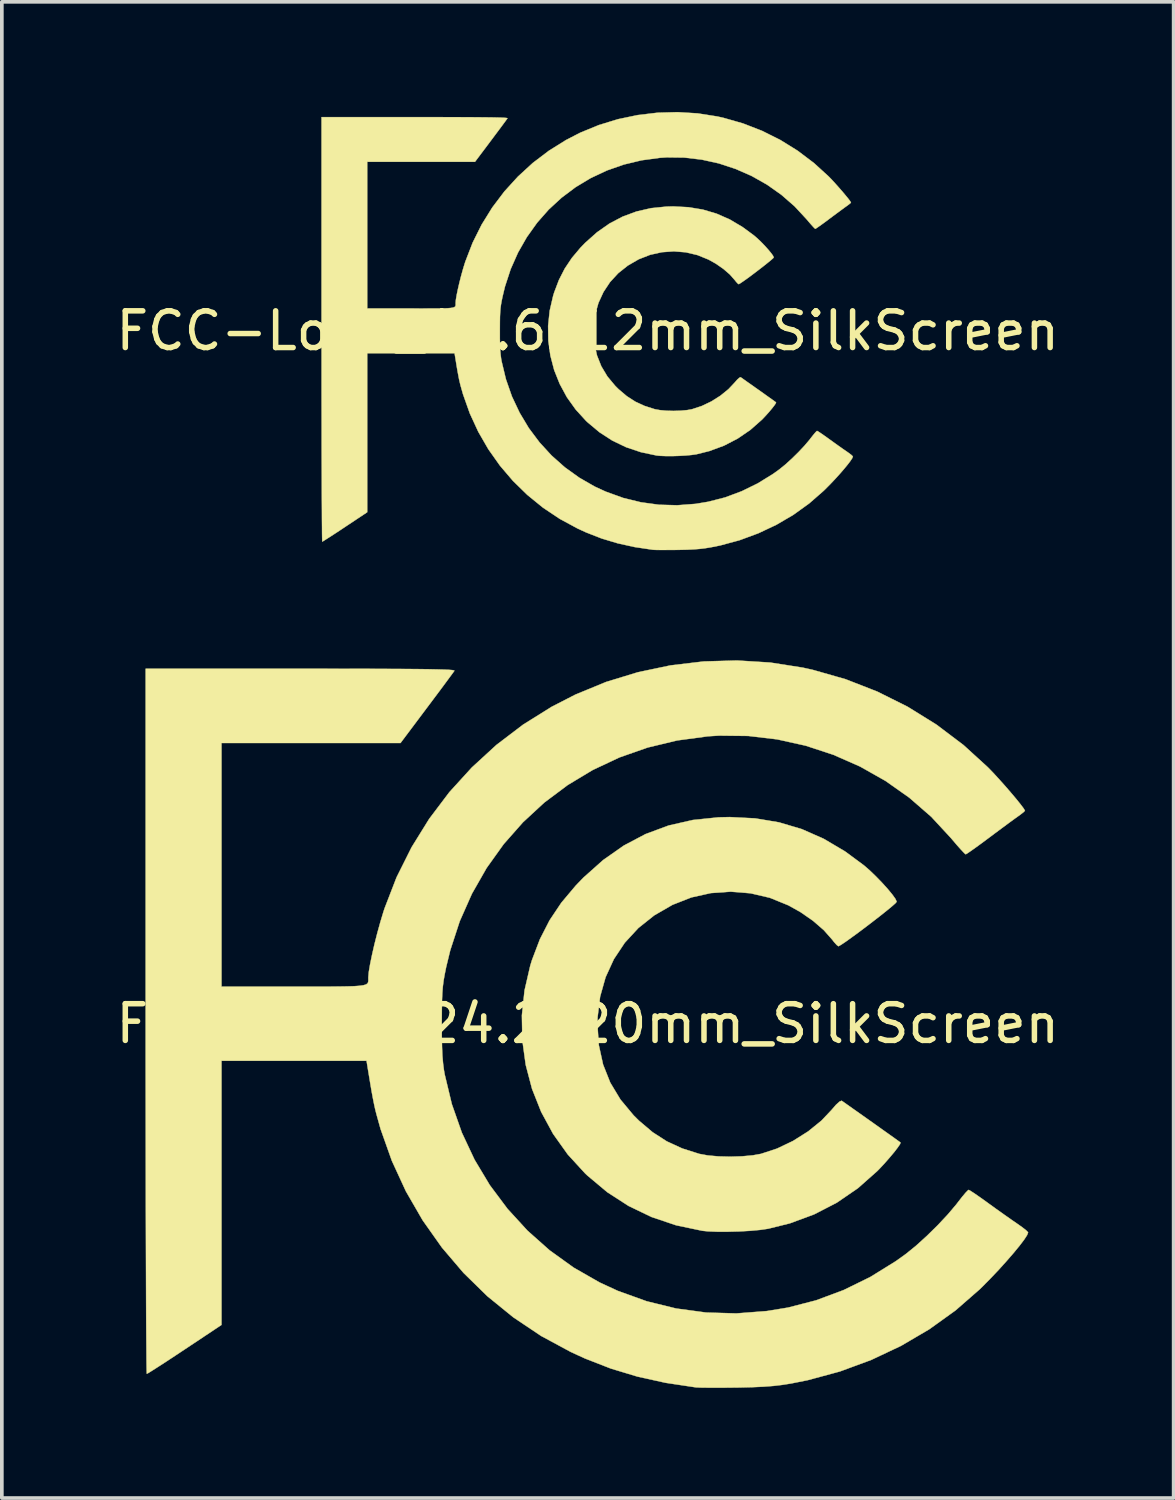
<source format=kicad_pcb>
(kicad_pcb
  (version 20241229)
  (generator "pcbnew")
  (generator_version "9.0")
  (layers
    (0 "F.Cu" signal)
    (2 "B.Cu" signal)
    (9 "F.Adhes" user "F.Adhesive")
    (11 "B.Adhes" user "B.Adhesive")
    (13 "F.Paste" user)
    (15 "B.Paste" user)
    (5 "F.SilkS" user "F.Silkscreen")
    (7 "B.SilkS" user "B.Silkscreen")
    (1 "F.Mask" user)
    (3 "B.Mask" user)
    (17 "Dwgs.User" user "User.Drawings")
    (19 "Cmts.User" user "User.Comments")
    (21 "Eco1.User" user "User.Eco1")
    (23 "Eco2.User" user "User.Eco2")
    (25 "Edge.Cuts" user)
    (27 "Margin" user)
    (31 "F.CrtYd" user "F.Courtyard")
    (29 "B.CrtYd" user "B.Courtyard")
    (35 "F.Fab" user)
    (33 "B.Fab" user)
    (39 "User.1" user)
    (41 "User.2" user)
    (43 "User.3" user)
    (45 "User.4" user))
  (footprint "FCC-Logo_24.2x20mm_SilkScreen"
    (layer "F.Cu")
    (at 12.958 24.833)
    (property "Reference" "FCC-Logo_24.2x20mm_SilkScreen" (at 0 0 0) (layer "F.SilkS") (effects (font (size 1 1) (thickness 0.15))))
    (attr exclude_from_pos_files exclude_from_bom allow_missing_courtyard)
    (fp_poly (pts (xy 4.559 -5.593) (xy 5.211 -5.484) (xy 5.831 -5.3) (xy 6.427 -5.037) (xy 7.01 -4.692) (xy 7.523 -4.313) (xy 7.68 -4.177) (xy 7.847 -4.016) (xy 8.013 -3.845) (xy 8.166 -3.676) (xy 8.292 -3.524) (xy 8.379 -3.403) (xy 8.415 -3.325) (xy 8.415 -3.321) (xy 8.382 -3.281) (xy 8.289 -3.199) (xy 8.15 -3.084) (xy 7.977 -2.946) (xy 7.781 -2.794) (xy 7.576 -2.637) (xy 7.374 -2.485) (xy 7.186 -2.348) (xy 7.026 -2.233) (xy 6.905 -2.152) (xy 6.836 -2.113) (xy 6.827 -2.11) (xy 6.782 -2.144) (xy 6.707 -2.227) (xy 6.658 -2.291) (xy 6.432 -2.547) (xy 6.138 -2.802) (xy 5.795 -3.04) (xy 5.466 -3.224) (xy 4.963 -3.429) (xy 4.436 -3.552) (xy 3.896 -3.596) (xy 3.355 -3.558) (xy 2.824 -3.44) (xy 2.314 -3.24) (xy 2.309 -3.238) (xy 1.812 -2.951) (xy 1.378 -2.605) (xy 1.01 -2.206) (xy 0.712 -1.758) (xy 0.487 -1.267) (xy 0.338 -0.739) (xy 0.269 -0.178) (xy 0.264 0.013) (xy 0.302 0.582) (xy 0.418 1.112) (xy 0.614 1.605) (xy 0.891 2.065) (xy 1.249 2.495) (xy 1.396 2.641) (xy 1.768 2.956) (xy 2.153 3.204) (xy 2.575 3.398) (xy 3.037 3.545) (xy 3.27 3.588) (xy 3.561 3.614) (xy 3.882 3.622) (xy 4.203 3.612) (xy 4.497 3.585) (xy 4.719 3.545) (xy 5.157 3.401) (xy 5.592 3.193) (xy 6.003 2.934) (xy 6.368 2.638) (xy 6.641 2.349) (xy 6.763 2.208) (xy 6.858 2.122) (xy 6.915 2.098) (xy 6.919 2.1) (xy 6.964 2.131) (xy 7.067 2.204) (xy 7.217 2.31) (xy 7.4 2.439) (xy 7.602 2.582) (xy 7.812 2.731) (xy 8.016 2.876) (xy 8.202 3.008) (xy 8.356 3.118) (xy 8.466 3.197) (xy 8.519 3.235) (xy 8.52 3.236) (xy 8.508 3.278) (xy 8.446 3.37) (xy 8.347 3.499) (xy 8.22 3.65) (xy 8.079 3.811) (xy 7.933 3.967) (xy 7.883 4.017) (xy 7.36 4.48) (xy 6.785 4.874) (xy 6.165 5.194) (xy 5.505 5.438) (xy 4.911 5.585) (xy 4.698 5.616) (xy 4.428 5.641) (xy 4.126 5.658) (xy 3.817 5.666) (xy 3.526 5.666) (xy 3.276 5.656) (xy 3.12 5.64) (xy 2.406 5.49) (xy 1.738 5.265) (xy 1.114 4.965) (xy 0.532 4.589) (xy -0.011 4.134) (xy -0.072 4.076) (xy -0.544 3.561) (xy -0.943 3.001) (xy -1.268 2.402) (xy -1.517 1.774) (xy -1.689 1.121) (xy -1.781 0.452) (xy -1.793 -0.226) (xy -1.721 -0.907) (xy -1.565 -1.582) (xy -1.518 -1.735) (xy -1.302 -2.302) (xy -1.039 -2.816) (xy -0.718 -3.296) (xy -0.327 -3.761) (xy -0.116 -3.98) (xy 0.42 -4.458) (xy 0.984 -4.853) (xy 1.577 -5.166) (xy 2.203 -5.398) (xy 2.864 -5.549) (xy 3.562 -5.621) (xy 3.867 -5.628) (xy 4.559 -5.593)) (stroke (width 0.01) (type solid)) (fill yes) (layer "F.SilkS"))
    (fp_poly (pts (xy 4.971 -9.837) (xy 5.86 -9.698) (xy 6.13 -9.638) (xy 7.023 -9.383) (xy 7.887 -9.046) (xy 8.714 -8.633) (xy 9.499 -8.146) (xy 10.235 -7.59) (xy 10.897 -6.986) (xy 11.038 -6.841) (xy 11.196 -6.669) (xy 11.361 -6.485) (xy 11.521 -6.3) (xy 11.667 -6.127) (xy 11.787 -5.978) (xy 11.871 -5.867) (xy 11.907 -5.806) (xy 11.908 -5.801) (xy 11.875 -5.766) (xy 11.79 -5.699) (xy 11.721 -5.649) (xy 11.623 -5.579) (xy 11.471 -5.468) (xy 11.282 -5.328) (xy 11.072 -5.172) (xy 10.932 -5.067) (xy 10.733 -4.919) (xy 10.557 -4.791) (xy 10.417 -4.692) (xy 10.325 -4.63) (xy 10.295 -4.614) (xy 10.256 -4.646) (xy 10.173 -4.734) (xy 10.057 -4.864) (xy 9.921 -5.024) (xy 9.894 -5.056) (xy 9.357 -5.636) (xy 8.759 -6.156) (xy 8.111 -6.613) (xy 7.419 -7.004) (xy 6.69 -7.325) (xy 5.935 -7.573) (xy 5.159 -7.745) (xy 4.371 -7.838) (xy 3.58 -7.847) (xy 3.271 -7.828) (xy 2.435 -7.715) (xy 1.632 -7.522) (xy 0.864 -7.253) (xy 0.137 -6.911) (xy -0.546 -6.5) (xy -1.181 -6.025) (xy -1.763 -5.487) (xy -2.289 -4.891) (xy -2.754 -4.241) (xy -3.154 -3.54) (xy -3.486 -2.791) (xy -3.745 -1.998) (xy -3.856 -1.541) (xy -3.895 -1.347) (xy -3.925 -1.178) (xy -3.946 -1.015) (xy -3.96 -0.839) (xy -3.969 -0.633) (xy -3.973 -0.377) (xy -3.975 -0.053) (xy -3.975 -0.022) (xy -3.974 0.342) (xy -3.968 0.636) (xy -3.958 0.876) (xy -3.94 1.08) (xy -3.916 1.265) (xy -3.895 1.384) (xy -3.701 2.191) (xy -3.429 2.966) (xy -3.083 3.703) (xy -2.667 4.397) (xy -2.184 5.043) (xy -1.64 5.637) (xy -1.038 6.172) (xy -0.382 6.644) (xy 0.324 7.048) (xy 0.82 7.277) (xy 1.606 7.56) (xy 2.408 7.757) (xy 3.223 7.867) (xy 4.047 7.891) (xy 4.877 7.827) (xy 5.456 7.732) (xy 6.219 7.535) (xy 6.97 7.255) (xy 7.698 6.898) (xy 8.392 6.468) (xy 8.672 6.267) (xy 8.944 6.046) (xy 9.239 5.778) (xy 9.535 5.487) (xy 9.809 5.194) (xy 10.039 4.922) (xy 10.087 4.859) (xy 10.199 4.715) (xy 10.294 4.602) (xy 10.358 4.537) (xy 10.375 4.526) (xy 10.422 4.551) (xy 10.526 4.618) (xy 10.673 4.72) (xy 10.849 4.845) (xy 10.909 4.889) (xy 11.122 5.043) (xy 11.34 5.198) (xy 11.539 5.338) (xy 11.693 5.444) (xy 11.7 5.449) (xy 11.837 5.546) (xy 11.941 5.628) (xy 11.993 5.68) (xy 11.995 5.687) (xy 11.967 5.759) (xy 11.886 5.884) (xy 11.759 6.051) (xy 11.596 6.249) (xy 11.405 6.469) (xy 11.196 6.701) (xy 10.975 6.934) (xy 10.753 7.159) (xy 10.673 7.237) (xy 10.017 7.81) (xy 9.301 8.324) (xy 8.532 8.775) (xy 7.719 9.159) (xy 6.869 9.472) (xy 5.989 9.71) (xy 5.537 9.8) (xy 5.298 9.838) (xy 5.059 9.866) (xy 4.798 9.886) (xy 4.495 9.9) (xy 4.13 9.909) (xy 4.043 9.91) (xy 3.753 9.913) (xy 3.485 9.914) (xy 3.253 9.913) (xy 3.074 9.911) (xy 2.962 9.906) (xy 2.944 9.905) (xy 2.121 9.781) (xy 1.356 9.612) (xy 0.631 9.393) (xy -0.075 9.118) (xy -0.461 8.941) (xy -1.269 8.505) (xy -2.027 7.997) (xy -2.733 7.423) (xy -3.382 6.788) (xy -3.971 6.097) (xy -4.496 5.354) (xy -4.952 4.565) (xy -5.335 3.734) (xy -5.643 2.866) (xy -5.756 2.461) (xy -5.789 2.33) (xy -5.819 2.193) (xy -5.85 2.037) (xy -5.886 1.845) (xy -5.927 1.602) (xy -5.978 1.294) (xy -6.001 1.154) (xy -6.024 1.011) (xy -9.975 1.011) (xy -9.975 8.204) (xy -10.976 8.87) (xy -11.24 9.045) (xy -11.48 9.203) (xy -11.687 9.337) (xy -11.85 9.441) (xy -11.96 9.51) (xy -12.008 9.536) (xy -12.009 9.536) (xy -12.012 9.493) (xy -12.015 9.366) (xy -12.018 9.158) (xy -12.02 8.875) (xy -12.023 8.52) (xy -12.026 8.097) (xy -12.028 7.61) (xy -12.03 7.063) (xy -12.032 6.46) (xy -12.034 5.805) (xy -12.036 5.102) (xy -12.037 4.354) (xy -12.038 3.567) (xy -12.039 2.743) (xy -12.04 1.887) (xy -12.041 1.003) (xy -12.041 0.095) (xy -12.041 -0.066) (xy -12.041 -9.668) (xy -7.82 -9.668) (xy -7.092 -9.668) (xy -6.449 -9.667) (xy -5.884 -9.666) (xy -5.395 -9.664) (xy -4.975 -9.662) (xy -4.622 -9.659) (xy -4.331 -9.655) (xy -4.096 -9.65) (xy -3.915 -9.645) (xy -3.782 -9.639) (xy -3.693 -9.632) (xy -3.644 -9.623) (xy -3.631 -9.614) (xy -3.631 -9.613) (xy -3.666 -9.564) (xy -3.746 -9.455) (xy -3.864 -9.295) (xy -4.013 -9.094) (xy -4.187 -8.862) (xy -4.377 -8.608) (xy -4.382 -8.602) (xy -5.099 -7.646) (xy -9.975 -7.646) (xy -9.975 -1.011) (xy -8.003 -1.011) (xy -7.528 -1.011) (xy -7.133 -1.011) (xy -6.811 -1.012) (xy -6.555 -1.016) (xy -6.357 -1.022) (xy -6.21 -1.033) (xy -6.106 -1.048) (xy -6.038 -1.069) (xy -5.999 -1.097) (xy -5.98 -1.133) (xy -5.975 -1.177) (xy -5.976 -1.231) (xy -5.976 -1.261) (xy -5.964 -1.404) (xy -5.929 -1.612) (xy -5.876 -1.87) (xy -5.81 -2.159) (xy -5.733 -2.463) (xy -5.65 -2.763) (xy -5.566 -3.042) (xy -5.536 -3.135) (xy -5.206 -3.989) (xy -4.798 -4.805) (xy -4.318 -5.579) (xy -3.77 -6.305) (xy -3.157 -6.978) (xy -2.486 -7.594) (xy -1.759 -8.147) (xy -0.982 -8.632) (xy -0.336 -8.964) (xy 0.499 -9.308) (xy 1.367 -9.573) (xy 2.257 -9.76) (xy 3.16 -9.867) (xy 4.068 -9.893) (xy 4.971 -9.837)) (stroke (width 0.01) (type solid)) (fill yes) (layer "F.SilkS")))
  (footprint "FCC-Logo_14.6x12mm_SilkScreen"
    (layer "F.Cu")
    (at 12.958 5.961)
    (property "Reference" "FCC-Logo_14.6x12mm_SilkScreen" (at 0 0 0) (layer "F.SilkS") (effects (font (size 1 1) (thickness 0.15))))
    (attr exclude_from_pos_files exclude_from_bom allow_missing_courtyard)
    (fp_poly (pts (xy 2.745 -3.367) (xy 3.137 -3.302) (xy 3.511 -3.191) (xy 3.87 -3.033) (xy 4.22 -2.825) (xy 4.529 -2.597) (xy 4.624 -2.515) (xy 4.725 -2.418) (xy 4.825 -2.315) (xy 4.916 -2.213) (xy 4.992 -2.122) (xy 5.045 -2.049) (xy 5.067 -2.002) (xy 5.067 -1.999) (xy 5.047 -1.975) (xy 4.991 -1.926) (xy 4.907 -1.857) (xy 4.803 -1.774) (xy 4.685 -1.682) (xy 4.562 -1.588) (xy 4.44 -1.496) (xy 4.327 -1.413) (xy 4.23 -1.345) (xy 4.157 -1.296) (xy 4.116 -1.272) (xy 4.111 -1.271) (xy 4.083 -1.291) (xy 4.038 -1.341) (xy 4.008 -1.379) (xy 3.872 -1.534) (xy 3.695 -1.687) (xy 3.489 -1.83) (xy 3.291 -1.941) (xy 2.988 -2.064) (xy 2.671 -2.139) (xy 2.346 -2.165) (xy 2.02 -2.142) (xy 1.7 -2.071) (xy 1.393 -1.951) (xy 1.39 -1.95) (xy 1.091 -1.777) (xy 0.83 -1.569) (xy 0.608 -1.328) (xy 0.429 -1.058) (xy 0.293 -0.763) (xy 0.203 -0.445) (xy 0.162 -0.107) (xy 0.159 0.008) (xy 0.182 0.351) (xy 0.252 0.669) (xy 0.37 0.966) (xy 0.536 1.243) (xy 0.752 1.502) (xy 0.841 1.59) (xy 1.064 1.779) (xy 1.296 1.929) (xy 1.55 2.046) (xy 1.829 2.135) (xy 1.969 2.16) (xy 2.144 2.176) (xy 2.337 2.181) (xy 2.531 2.175) (xy 2.708 2.159) (xy 2.841 2.135) (xy 3.105 2.048) (xy 3.367 1.923) (xy 3.614 1.767) (xy 3.834 1.588) (xy 3.998 1.414) (xy 4.072 1.33) (xy 4.129 1.278) (xy 4.164 1.263) (xy 4.166 1.264) (xy 4.193 1.283) (xy 4.255 1.327) (xy 4.345 1.391) (xy 4.455 1.468) (xy 4.577 1.555) (xy 4.704 1.644) (xy 4.827 1.732) (xy 4.938 1.811) (xy 5.031 1.877) (xy 5.097 1.925) (xy 5.129 1.948) (xy 5.13 1.949) (xy 5.122 1.974) (xy 5.085 2.029) (xy 5.025 2.107) (xy 4.949 2.198) (xy 4.864 2.294) (xy 4.776 2.388) (xy 4.746 2.419) (xy 4.431 2.697) (xy 4.085 2.934) (xy 3.712 3.127) (xy 3.314 3.274) (xy 2.957 3.363) (xy 2.828 3.381) (xy 2.666 3.396) (xy 2.484 3.406) (xy 2.298 3.412) (xy 2.123 3.411) (xy 1.973 3.405) (xy 1.879 3.396) (xy 1.449 3.305) (xy 1.046 3.17) (xy 0.671 2.99) (xy 0.32 2.763) (xy -0.007 2.489) (xy -0.044 2.454) (xy -0.327 2.144) (xy -0.568 1.807) (xy -0.763 1.446) (xy -0.914 1.068) (xy -1.017 0.675) (xy -1.073 0.272) (xy -1.079 -0.136) (xy -1.036 -0.546) (xy -0.942 -0.953) (xy -0.914 -1.044) (xy -0.784 -1.386) (xy -0.626 -1.695) (xy -0.432 -1.985) (xy -0.197 -2.265) (xy -0.07 -2.396) (xy 0.253 -2.684) (xy 0.592 -2.922) (xy 0.95 -3.11) (xy 1.327 -3.25) (xy 1.724 -3.341) (xy 2.145 -3.384) (xy 2.328 -3.389) (xy 2.745 -3.367)) (stroke (width 0.01) (type solid)) (fill yes) (layer "F.SilkS"))
    (fp_poly (pts (xy 2.993 -5.923) (xy 3.528 -5.839) (xy 3.691 -5.803) (xy 4.229 -5.649) (xy 4.749 -5.447) (xy 5.247 -5.198) (xy 5.719 -4.905) (xy 6.162 -4.57) (xy 6.561 -4.206) (xy 6.646 -4.119) (xy 6.741 -4.015) (xy 6.84 -3.904) (xy 6.937 -3.793) (xy 7.024 -3.689) (xy 7.097 -3.6) (xy 7.147 -3.533) (xy 7.169 -3.496) (xy 7.17 -3.493) (xy 7.149 -3.471) (xy 7.098 -3.431) (xy 7.057 -3.401) (xy 6.998 -3.359) (xy 6.907 -3.292) (xy 6.793 -3.208) (xy 6.666 -3.114) (xy 6.582 -3.051) (xy 6.462 -2.961) (xy 6.356 -2.884) (xy 6.272 -2.825) (xy 6.217 -2.788) (xy 6.199 -2.778) (xy 6.175 -2.797) (xy 6.125 -2.85) (xy 6.055 -2.929) (xy 5.973 -3.025) (xy 5.957 -3.044) (xy 5.633 -3.393) (xy 5.274 -3.706) (xy 4.883 -3.982) (xy 4.467 -4.217) (xy 4.028 -4.41) (xy 3.573 -4.56) (xy 3.106 -4.663) (xy 2.632 -4.719) (xy 2.155 -4.725) (xy 1.97 -4.713) (xy 1.466 -4.645) (xy 0.982 -4.529) (xy 0.52 -4.367) (xy 0.082 -4.161) (xy -0.329 -3.914) (xy -0.711 -3.627) (xy -1.062 -3.304) (xy -1.378 -2.945) (xy -1.658 -2.553) (xy -1.899 -2.131) (xy -2.099 -1.68) (xy -2.255 -1.203) (xy -2.321 -0.928) (xy -2.345 -0.811) (xy -2.363 -0.709) (xy -2.376 -0.611) (xy -2.384 -0.505) (xy -2.39 -0.381) (xy -2.392 -0.227) (xy -2.393 -0.032) (xy -2.393 -0.013) (xy -2.393 0.206) (xy -2.389 0.383) (xy -2.383 0.527) (xy -2.372 0.65) (xy -2.358 0.762) (xy -2.345 0.833) (xy -2.228 1.319) (xy -2.065 1.786) (xy -1.856 2.229) (xy -1.606 2.647) (xy -1.315 3.036) (xy -0.987 3.394) (xy -0.625 3.716) (xy -0.23 4) (xy 0.195 4.244) (xy 0.494 4.381) (xy 0.967 4.552) (xy 1.45 4.67) (xy 1.94 4.737) (xy 2.436 4.751) (xy 2.937 4.713) (xy 3.285 4.655) (xy 3.744 4.537) (xy 4.196 4.368) (xy 4.635 4.153) (xy 5.053 3.894) (xy 5.221 3.773) (xy 5.385 3.64) (xy 5.562 3.479) (xy 5.741 3.303) (xy 5.906 3.127) (xy 6.044 2.964) (xy 6.073 2.925) (xy 6.141 2.839) (xy 6.198 2.771) (xy 6.236 2.732) (xy 6.247 2.725) (xy 6.275 2.74) (xy 6.338 2.781) (xy 6.426 2.842) (xy 6.532 2.917) (xy 6.568 2.943) (xy 6.697 3.036) (xy 6.828 3.13) (xy 6.947 3.214) (xy 7.04 3.278) (xy 7.045 3.281) (xy 7.127 3.339) (xy 7.189 3.388) (xy 7.221 3.42) (xy 7.222 3.424) (xy 7.205 3.468) (xy 7.156 3.543) (xy 7.08 3.643) (xy 6.982 3.762) (xy 6.867 3.895) (xy 6.741 4.034) (xy 6.608 4.175) (xy 6.474 4.31) (xy 6.426 4.357) (xy 6.031 4.702) (xy 5.6 5.012) (xy 5.137 5.283) (xy 4.647 5.514) (xy 4.136 5.703) (xy 3.606 5.846) (xy 3.334 5.9) (xy 3.19 5.923) (xy 3.046 5.94) (xy 2.889 5.952) (xy 2.707 5.961) (xy 2.487 5.966) (xy 2.434 5.967) (xy 2.26 5.968) (xy 2.098 5.969) (xy 1.959 5.969) (xy 1.851 5.967) (xy 1.783 5.964) (xy 1.773 5.963) (xy 1.277 5.889) (xy 0.816 5.787) (xy 0.38 5.656) (xy -0.045 5.49) (xy -0.278 5.383) (xy -0.764 5.12) (xy -1.22 4.815) (xy -1.645 4.469) (xy -2.036 4.087) (xy -2.391 3.671) (xy -2.707 3.224) (xy -2.981 2.749) (xy -3.212 2.248) (xy -3.397 1.726) (xy -3.466 1.482) (xy -3.485 1.403) (xy -3.504 1.321) (xy -3.522 1.226) (xy -3.544 1.111) (xy -3.569 0.965) (xy -3.599 0.779) (xy -3.613 0.695) (xy -3.627 0.609) (xy -6.006 0.609) (xy -6.006 4.94) (xy -6.609 5.341) (xy -6.767 5.446) (xy -6.912 5.541) (xy -7.036 5.621) (xy -7.135 5.684) (xy -7.201 5.726) (xy -7.23 5.741) (xy -7.23 5.741) (xy -7.232 5.715) (xy -7.234 5.639) (xy -7.236 5.514) (xy -7.237 5.344) (xy -7.239 5.13) (xy -7.24 4.875) (xy -7.242 4.582) (xy -7.243 4.253) (xy -7.244 3.889) (xy -7.246 3.495) (xy -7.247 3.072) (xy -7.247 2.622) (xy -7.248 2.147) (xy -7.249 1.652) (xy -7.249 1.136) (xy -7.249 0.604) (xy -7.25 0.057) (xy -7.25 -0.04) (xy -7.25 -5.821) (xy -4.708 -5.821) (xy -4.27 -5.821) (xy -3.883 -5.82) (xy -3.543 -5.82) (xy -3.248 -5.819) (xy -2.996 -5.817) (xy -2.783 -5.815) (xy -2.607 -5.813) (xy -2.466 -5.81) (xy -2.357 -5.807) (xy -2.277 -5.803) (xy -2.224 -5.799) (xy -2.194 -5.794) (xy -2.186 -5.788) (xy -2.186 -5.788) (xy -2.207 -5.759) (xy -2.255 -5.693) (xy -2.326 -5.597) (xy -2.416 -5.476) (xy -2.521 -5.336) (xy -2.635 -5.183) (xy -2.638 -5.179) (xy -3.07 -4.604) (xy -6.006 -4.604) (xy -6.006 -0.609) (xy -4.818 -0.609) (xy -4.532 -0.608) (xy -4.295 -0.609) (xy -4.101 -0.609) (xy -3.947 -0.611) (xy -3.828 -0.615) (xy -3.739 -0.622) (xy -3.677 -0.631) (xy -3.636 -0.644) (xy -3.612 -0.661) (xy -3.601 -0.682) (xy -3.597 -0.709) (xy -3.598 -0.741) (xy -3.598 -0.76) (xy -3.591 -0.845) (xy -3.57 -0.971) (xy -3.538 -1.126) (xy -3.498 -1.3) (xy -3.452 -1.483) (xy -3.402 -1.664) (xy -3.351 -1.832) (xy -3.333 -1.887) (xy -3.134 -2.402) (xy -2.889 -2.893) (xy -2.6 -3.359) (xy -2.27 -3.796) (xy -1.901 -4.201) (xy -1.497 -4.572) (xy -1.059 -4.905) (xy -0.591 -5.197) (xy -0.203 -5.397) (xy 0.301 -5.604) (xy 0.823 -5.764) (xy 1.359 -5.876) (xy 1.903 -5.941) (xy 2.449 -5.956) (xy 2.993 -5.923)) (stroke (width 0.01) (type solid)) (fill yes) (layer "F.SilkS")))
  (gr_rect
    (start -3 -3)
    (end 28.917 37.752)
    (stroke (width 0.1) (type default))
    (fill no)
    (layer "Edge.Cuts")))
</source>
